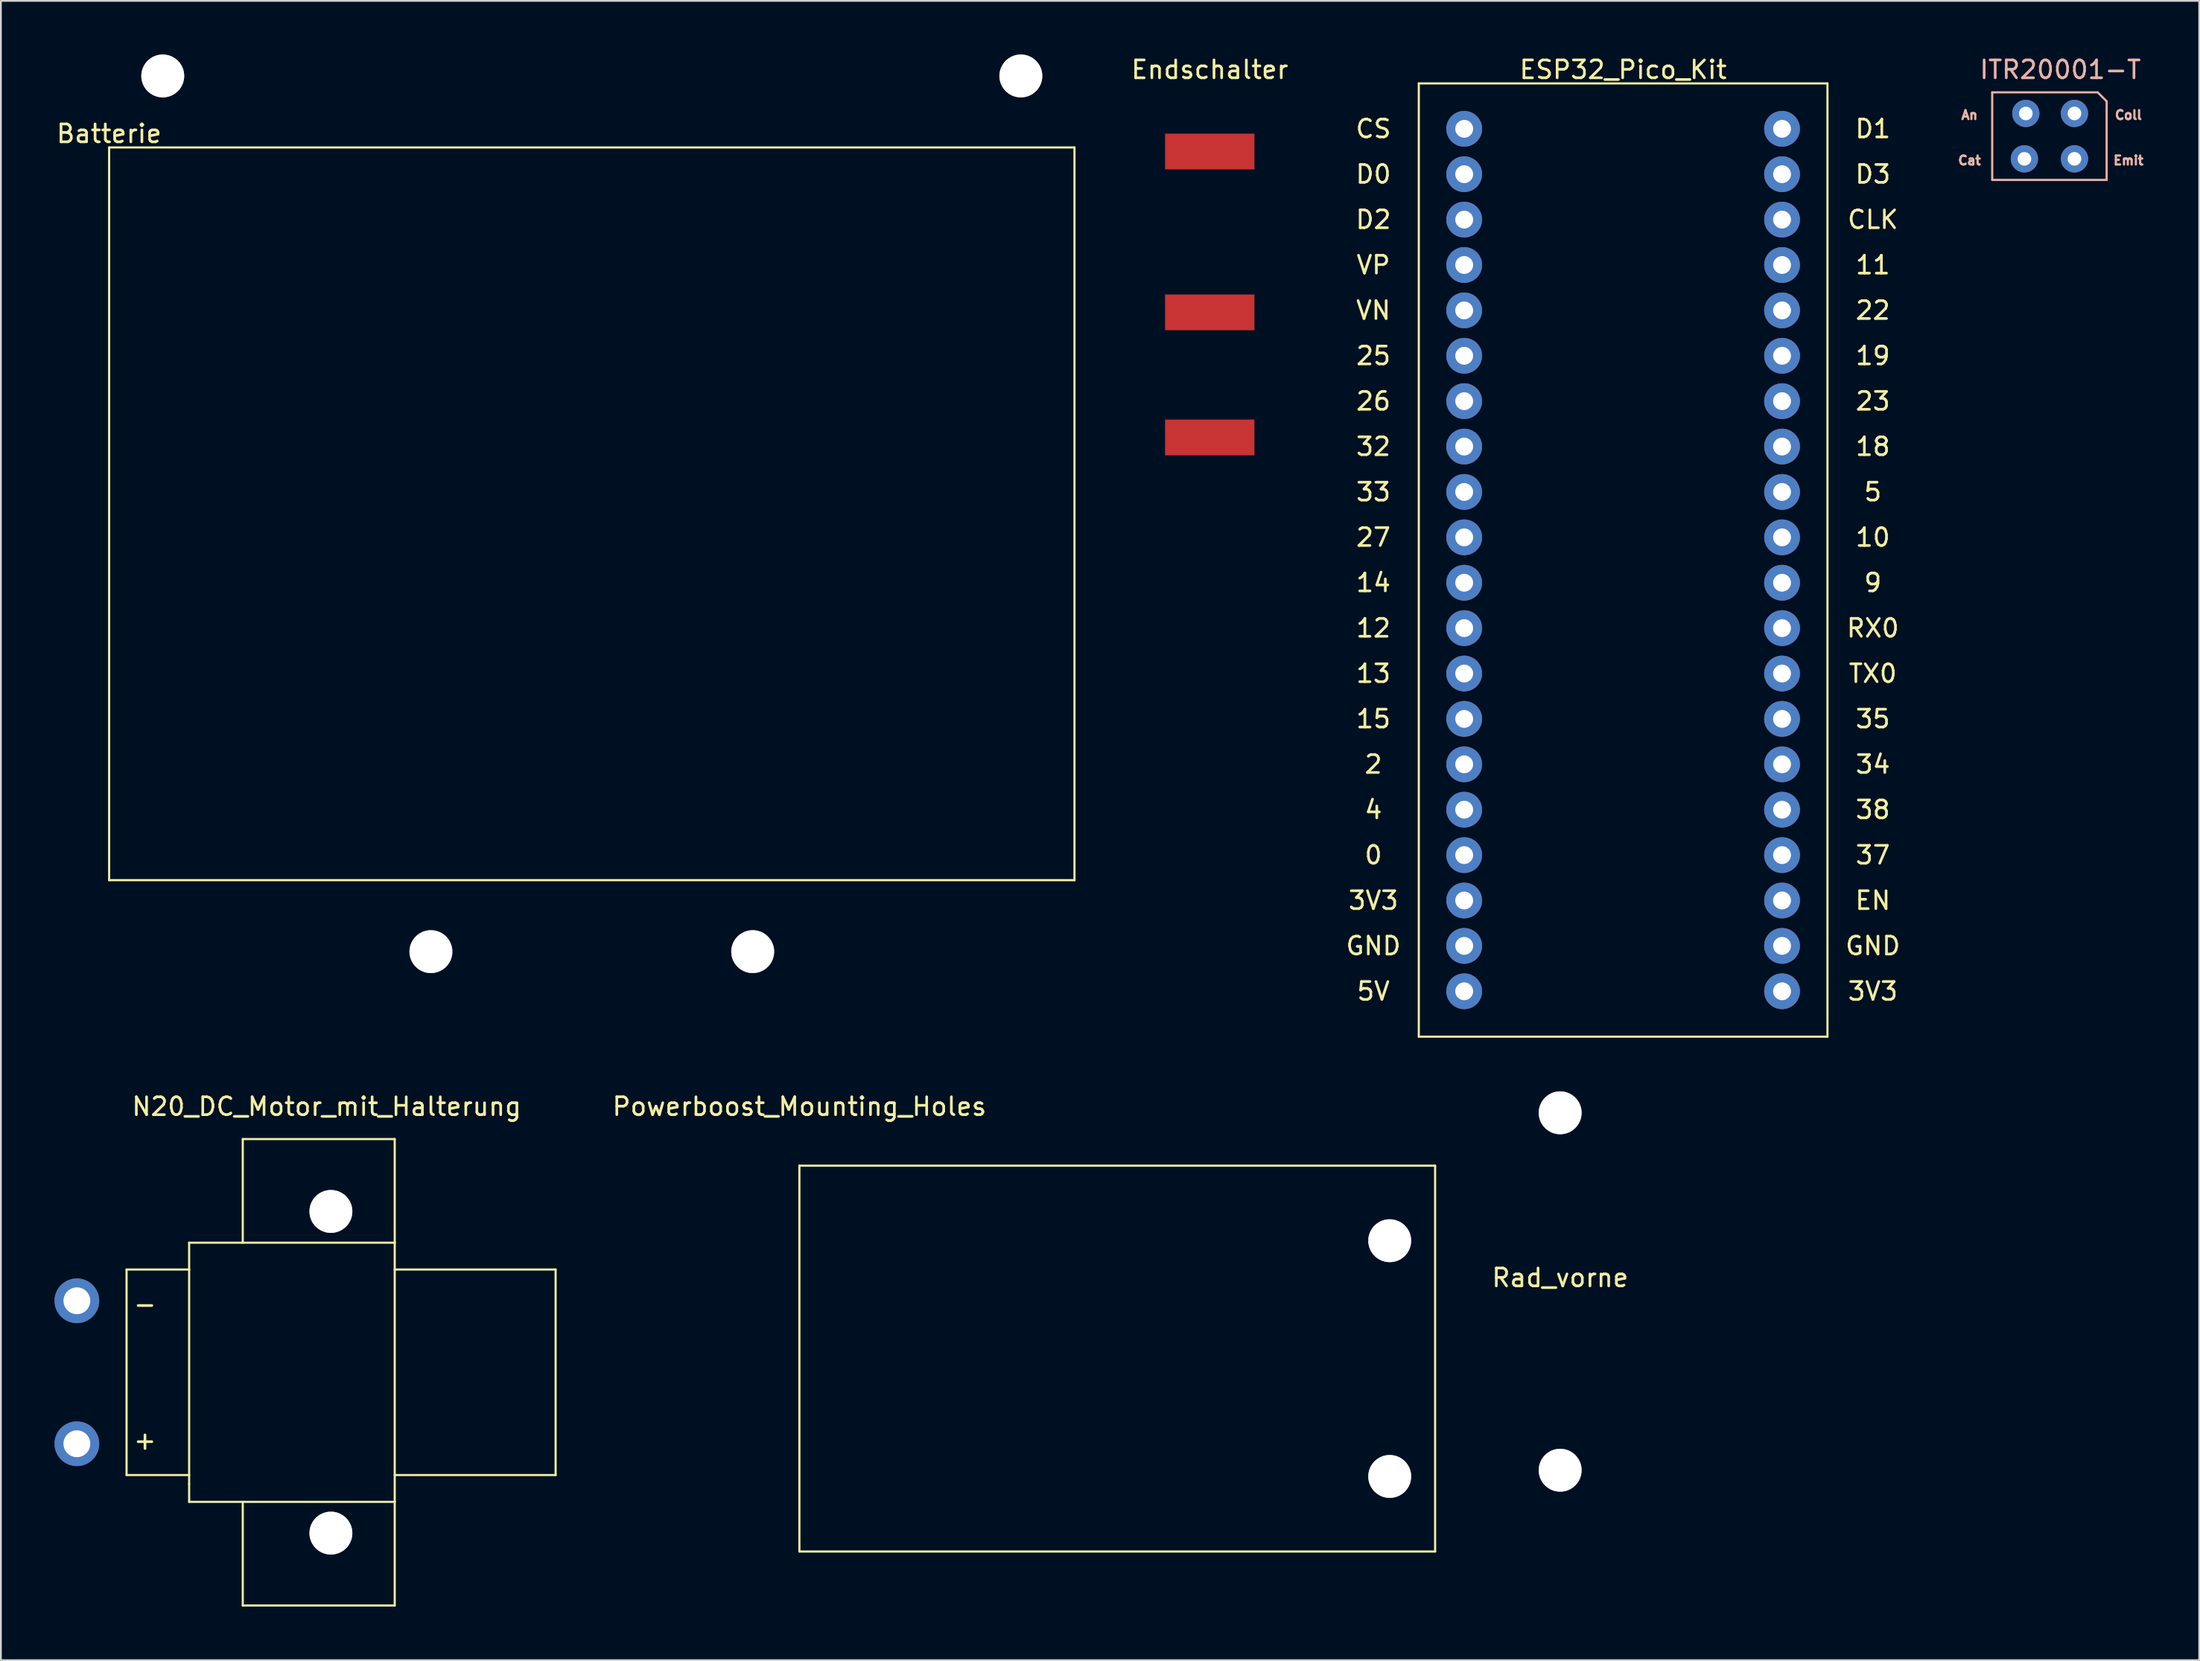
<source format=kicad_pcb>
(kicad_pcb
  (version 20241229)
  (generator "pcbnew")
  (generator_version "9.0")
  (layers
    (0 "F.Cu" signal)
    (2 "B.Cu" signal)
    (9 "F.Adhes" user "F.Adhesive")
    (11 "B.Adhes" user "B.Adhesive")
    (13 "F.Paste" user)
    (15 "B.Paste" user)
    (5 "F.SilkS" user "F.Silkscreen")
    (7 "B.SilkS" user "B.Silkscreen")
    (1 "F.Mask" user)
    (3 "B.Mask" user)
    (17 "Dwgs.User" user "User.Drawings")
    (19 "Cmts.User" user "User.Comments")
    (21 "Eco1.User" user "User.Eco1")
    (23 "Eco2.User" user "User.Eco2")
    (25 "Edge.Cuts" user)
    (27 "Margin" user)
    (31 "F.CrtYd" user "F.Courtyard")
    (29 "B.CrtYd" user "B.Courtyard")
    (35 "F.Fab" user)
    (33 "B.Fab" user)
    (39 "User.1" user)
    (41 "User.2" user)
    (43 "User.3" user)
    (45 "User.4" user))
  (footprint "Endschalter"
    (layer "F.Cu")
    (at 64.62 5.428)
    (property "Reference" "Endschalter" (at 0 -4.58 0) (layer "F.SilkS") (effects (font (size 1 1) (thickness 0.15))))
    (attr through_hole)
    (pad "1" smd rect (at 0 0) (size 5 2) (layers "F.Cu" "F.Mask" "F.Paste"))
    (pad "2" smd rect (at 0 16) (size 5 2) (layers "F.Cu" "F.Mask" "F.Paste"))
    (pad "3" smd rect (at 0 9) (size 5 2) (layers "F.Cu" "F.Mask" "F.Paste")))
  (footprint "Rad_vorne"
    (layer "F.Cu")
    (at 84.222 69.218)
    (property "Reference" "Rad_vorne" (at 0 -0.77 0) (layer "F.SilkS") (effects (font (size 1 1) (thickness 0.15))))
    (attr through_hole)
    (pad "" thru_hole circle (at 0 -10) (size 2.4 2.4) (drill 2.4) (layers "*.Cu" "*.Mask"))
    (pad "" thru_hole circle (at 0 10) (size 2.4 2.4) (drill 2.4) (layers "*.Cu" "*.Mask")))
  (footprint "Powerboost_Mounting_Holes"
    (layer "F.Cu")
    (at 41.667 62.176)
    (property "Reference" "Powerboost_Mounting_Holes" (at 0 -3.31 0) (layer "F.SilkS") (effects (font (size 1 1) (thickness 0.15))))
    (attr through_hole)
    (fp_line (start 0 0) (end 35.56 0) (stroke (width 0.12) (type solid)) (layer "F.SilkS"))
    (fp_line (start 0 21.59) (end 0 0) (stroke (width 0.12) (type solid)) (layer "F.SilkS"))
    (fp_line (start 0 21.59) (end 35.56 21.59) (stroke (width 0.12) (type solid)) (layer "F.SilkS"))
    (fp_line (start 35.56 0) (end 35.56 21.59) (stroke (width 0.12) (type solid)) (layer "F.SilkS"))
    (pad "" thru_hole circle (at 33.02 4.2) (size 2.4 2.4) (drill 2.4) (layers "*.Cu" "*.Mask"))
    (pad "" thru_hole circle (at 33.02 17.39) (size 2.4 2.4) (drill 2.4) (layers "*.Cu" "*.Mask" "F.Paste")))
  (footprint "Batterie"
    (layer "F.Cu")
    (at 3.054 5.2)
    (property "Reference" "Batterie" (at 0 -0.77 0) (layer "F.SilkS") (effects (font (size 1 1) (thickness 0.15))))
    (attr through_hole)
    (fp_line (start 0 0) (end 0 41) (stroke (width 0.12) (type solid)) (layer "F.SilkS"))
    (fp_line (start 0 41) (end 54 41) (stroke (width 0.12) (type solid)) (layer "F.SilkS"))
    (fp_line (start 54 0) (end 0 0) (stroke (width 0.12) (type solid)) (layer "F.SilkS"))
    (fp_line (start 54 41) (end 54 0) (stroke (width 0.12) (type solid)) (layer "F.SilkS"))
    (pad "" thru_hole circle (at 3 -4) (size 2.4 2.4) (drill 2.4) (layers "*.Cu" "*.Mask"))
    (pad "" thru_hole circle (at 18 45) (size 2.4 2.4) (drill 2.4) (layers "*.Cu" "*.Mask"))
    (pad "" thru_hole circle (at 36 45) (size 2.4 2.4) (drill 2.4) (layers "*.Cu" "*.Mask"))
    (pad "" thru_hole circle (at 51 -4) (size 2.4 2.4) (drill 2.4) (layers "*.Cu" "*.Mask")))
  (footprint "ESP32_Pico_Kit"
    (layer "F.Cu")
    (at 73.774 1.618)
    (property "Reference" "ESP32_Pico_Kit" (at 13.97 -0.77 0) (layer "F.SilkS") (effects (font (size 1 1) (thickness 0.15))))
    (attr through_hole)
    (fp_line (start 2.54 0) (end 25.4 0) (stroke (width 0.12) (type solid)) (layer "F.SilkS"))
    (fp_line (start 2.54 53.34) (end 2.54 0) (stroke (width 0.12) (type solid)) (layer "F.SilkS"))
    (fp_line (start 25.4 0) (end 25.4 53.34) (stroke (width 0.12) (type solid)) (layer "F.SilkS"))
    (fp_line (start 25.4 53.34) (end 2.54 53.34) (stroke (width 0.12) (type solid)) (layer "F.SilkS"))
    (fp_text user "13" (at 0 33.02 0) (layer "F.SilkS") (effects (font (size 1 1) (thickness 0.15))))
    (fp_text user "D0" (at 0 5.08 0) (layer "F.SilkS") (effects (font (size 1 1) (thickness 0.15))))
    (fp_text user "EN" (at 27.94 45.72 0) (layer "F.SilkS") (effects (font (size 1 1) (thickness 0.15))))
    (fp_text user "TX0" (at 27.94 33.02 0) (layer "F.SilkS") (effects (font (size 1 1) (thickness 0.15))))
    (fp_text user "CLK" (at 27.94 7.62 0) (layer "F.SilkS") (effects (font (size 1 1) (thickness 0.15))))
    (fp_text user "4" (at 0 40.64 0) (layer "F.SilkS") (effects (font (size 1 1) (thickness 0.15))))
    (fp_text user "18" (at 27.94 20.32 0) (layer "F.SilkS") (effects (font (size 1 1) (thickness 0.15))))
    (fp_text user "RX0" (at 27.94 30.48 0) (layer "F.SilkS") (effects (font (size 1 1) (thickness 0.15))))
    (fp_text user "VN" (at 0 12.7 0) (layer "F.SilkS") (effects (font (size 1 1) (thickness 0.15))))
    (fp_text user "0" (at 0 43.18 0) (layer "F.SilkS") (effects (font (size 1 1) (thickness 0.15))))
    (fp_text user "27" (at 0 25.4 0) (layer "F.SilkS") (effects (font (size 1 1) (thickness 0.15))))
    (fp_text user "3V3" (at 0 45.72 0) (layer "F.SilkS") (effects (font (size 1 1) (thickness 0.15))))
    (fp_text user "2" (at 0 38.1 0) (layer "F.SilkS") (effects (font (size 1 1) (thickness 0.15))))
    (fp_text user "19" (at 27.94 15.24 0) (layer "F.SilkS") (effects (font (size 1 1) (thickness 0.15))))
    (fp_text user "25" (at 0 15.24 0) (layer "F.SilkS") (effects (font (size 1 1) (thickness 0.15))))
    (fp_text user "10" (at 27.94 25.4 0) (layer "F.SilkS") (effects (font (size 1 1) (thickness 0.15))))
    (fp_text user "32" (at 0 20.32 0) (layer "F.SilkS") (effects (font (size 1 1) (thickness 0.15))))
    (fp_text user "22" (at 27.94 12.7 0) (layer "F.SilkS") (effects (font (size 1 1) (thickness 0.15))))
    (fp_text user "5V" (at 0 50.8 0) (layer "F.SilkS") (effects (font (size 1 1) (thickness 0.15))))
    (fp_text user "D3" (at 27.94 5.08 0) (layer "F.SilkS") (effects (font (size 1 1) (thickness 0.15))))
    (fp_text user "15" (at 0 35.56 0) (layer "F.SilkS") (effects (font (size 1 1) (thickness 0.15))))
    (fp_text user "GND" (at 27.94 48.26 0) (layer "F.SilkS") (effects (font (size 1 1) (thickness 0.15))))
    (fp_text user "D2" (at 0 7.62 0) (layer "F.SilkS") (effects (font (size 1 1) (thickness 0.15))))
    (fp_text user "26" (at 0 17.78 0) (layer "F.SilkS") (effects (font (size 1 1) (thickness 0.15))))
    (fp_text user "GND" (at 0 48.26 0) (layer "F.SilkS") (effects (font (size 1 1) (thickness 0.15))))
    (fp_text user "11" (at 27.94 10.16 0) (layer "F.SilkS") (effects (font (size 1 1) (thickness 0.15))))
    (fp_text user "VP" (at 0 10.16 0) (layer "F.SilkS") (effects (font (size 1 1) (thickness 0.15))))
    (fp_text user "38" (at 27.94 40.64 0) (layer "F.SilkS") (effects (font (size 1 1) (thickness 0.15))))
    (fp_text user "33" (at 0 22.86 0) (layer "F.SilkS") (effects (font (size 1 1) (thickness 0.15))))
    (fp_text user "37" (at 27.94 43.18 0) (layer "F.SilkS") (effects (font (size 1 1) (thickness 0.15))))
    (fp_text user "23" (at 27.94 17.78 0) (layer "F.SilkS") (effects (font (size 1 1) (thickness 0.15))))
    (fp_text user "12" (at 0 30.48 0) (layer "F.SilkS") (effects (font (size 1 1) (thickness 0.15))))
    (fp_text user "34" (at 27.94 38.1 0) (layer "F.SilkS") (effects (font (size 1 1) (thickness 0.15))))
    (fp_text user "35" (at 27.94 35.56 0) (layer "F.SilkS") (effects (font (size 1 1) (thickness 0.15))))
    (fp_text user "14" (at 0 27.94 0) (layer "F.SilkS") (effects (font (size 1 1) (thickness 0.15))))
    (fp_text user "D1" (at 27.94 2.54 0) (layer "F.SilkS") (effects (font (size 1 1) (thickness 0.15))))
    (fp_text user "CS" (at 0 2.54 0) (layer "F.SilkS") (effects (font (size 1 1) (thickness 0.15))))
    (fp_text user "9" (at 27.94 27.94 0) (layer "F.SilkS") (effects (font (size 1 1) (thickness 0.15))))
    (fp_text user "3V3" (at 27.94 50.8 0) (layer "F.SilkS") (effects (font (size 1 1) (thickness 0.15))))
    (fp_text user "5" (at 27.94 22.86 0) (layer "F.SilkS") (effects (font (size 1 1) (thickness 0.15))))
    (pad "1" thru_hole circle (at 5.08 2.54) (size 2 2) (drill 1) (layers "*.Cu" "*.Mask"))
    (pad "2" thru_hole circle (at 5.08 5.08) (size 2 2) (drill 1) (layers "*.Cu" "*.Mask"))
    (pad "3" thru_hole circle (at 5.08 7.62) (size 2 2) (drill 1) (layers "*.Cu" "*.Mask"))
    (pad "4" thru_hole circle (at 5.08 10.16) (size 2 2) (drill 1) (layers "*.Cu" "*.Mask"))
    (pad "5" thru_hole circle (at 5.08 12.7) (size 2 2) (drill 1) (layers "*.Cu" "*.Mask"))
    (pad "6" thru_hole circle (at 5.08 15.24) (size 2 2) (drill 1) (layers "*.Cu" "*.Mask"))
    (pad "7" thru_hole circle (at 5.08 17.78) (size 2 2) (drill 1) (layers "*.Cu" "*.Mask"))
    (pad "8" thru_hole circle (at 5.08 20.32) (size 2 2) (drill 1) (layers "*.Cu" "*.Mask"))
    (pad "9" thru_hole circle (at 5.08 22.86) (size 2 2) (drill 1) (layers "*.Cu" "*.Mask"))
    (pad "10" thru_hole circle (at 5.08 25.4) (size 2 2) (drill 1) (layers "*.Cu" "*.Mask"))
    (pad "11" thru_hole circle (at 5.08 27.94) (size 2 2) (drill 1) (layers "*.Cu" "*.Mask"))
    (pad "12" thru_hole circle (at 5.08 30.48) (size 2 2) (drill 1) (layers "*.Cu" "*.Mask"))
    (pad "13" thru_hole circle (at 5.08 33.02) (size 2 2) (drill 1) (layers "*.Cu" "*.Mask"))
    (pad "14" thru_hole circle (at 5.08 35.56) (size 2 2) (drill 1) (layers "*.Cu" "*.Mask"))
    (pad "15" thru_hole circle (at 5.08 38.1) (size 2 2) (drill 1) (layers "*.Cu" "*.Mask"))
    (pad "16" thru_hole circle (at 5.08 40.64) (size 2 2) (drill 1) (layers "*.Cu" "*.Mask"))
    (pad "17" thru_hole circle (at 5.08 43.18) (size 2 2) (drill 1) (layers "*.Cu" "*.Mask"))
    (pad "18" thru_hole circle (at 5.08 45.72) (size 2 2) (drill 1) (layers "*.Cu" "*.Mask"))
    (pad "19" thru_hole circle (at 5.08 48.26) (size 2 2) (drill 1) (layers "*.Cu" "*.Mask"))
    (pad "20" thru_hole circle (at 5.08 50.8) (size 2 2) (drill 1) (layers "*.Cu" "*.Mask"))
    (pad "21" thru_hole circle (at 22.86 50.8) (size 2 2) (drill 1) (layers "*.Cu" "*.Mask"))
    (pad "22" thru_hole circle (at 22.86 48.26) (size 2 2) (drill 1) (layers "*.Cu" "*.Mask"))
    (pad "23" thru_hole circle (at 22.86 45.72) (size 2 2) (drill 1) (layers "*.Cu" "*.Mask"))
    (pad "24" thru_hole circle (at 22.86 43.18) (size 2 2) (drill 1) (layers "*.Cu" "*.Mask"))
    (pad "25" thru_hole circle (at 22.86 40.64) (size 2 2) (drill 1) (layers "*.Cu" "*.Mask"))
    (pad "26" thru_hole circle (at 22.86 38.1) (size 2 2) (drill 1) (layers "*.Cu" "*.Mask"))
    (pad "27" thru_hole circle (at 22.86 35.56) (size 2 2) (drill 1) (layers "*.Cu" "*.Mask"))
    (pad "28" thru_hole circle (at 22.86 33.02) (size 2 2) (drill 1) (layers "*.Cu" "*.Mask"))
    (pad "29" thru_hole circle (at 22.86 30.48) (size 2 2) (drill 1) (layers "*.Cu" "*.Mask"))
    (pad "30" thru_hole circle (at 22.86 27.94) (size 2 2) (drill 1) (layers "*.Cu" "*.Mask"))
    (pad "31" thru_hole circle (at 22.86 25.4) (size 2 2) (drill 1) (layers "*.Cu" "*.Mask"))
    (pad "32" thru_hole circle (at 22.86 22.86) (size 2 2) (drill 1) (layers "*.Cu" "*.Mask"))
    (pad "33" thru_hole circle (at 22.86 20.32) (size 2 2) (drill 1) (layers "*.Cu" "*.Mask"))
    (pad "34" thru_hole circle (at 22.86 17.78) (size 2 2) (drill 1) (layers "*.Cu" "*.Mask"))
    (pad "35" thru_hole circle (at 22.86 15.24) (size 2 2) (drill 1) (layers "*.Cu" "*.Mask"))
    (pad "36" thru_hole circle (at 22.86 12.7) (size 2 2) (drill 1) (layers "*.Cu" "*.Mask"))
    (pad "37" thru_hole circle (at 22.86 10.16) (size 2 2) (drill 1) (layers "*.Cu" "*.Mask"))
    (pad "38" thru_hole circle (at 22.86 7.62) (size 2 2) (drill 1) (layers "*.Cu" "*.Mask"))
    (pad "39" thru_hole circle (at 22.86 5.08) (size 2 2) (drill 1) (layers "*.Cu" "*.Mask"))
    (pad "40" thru_hole circle (at 22.86 2.54) (size 2 2) (drill 1) (layers "*.Cu" "*.Mask")))
  (footprint "ITR20001-T"
    (layer "F.Cu")
    (at 108.39 2.118)
    (property "Reference" "ITR20001-T" (at 3.81 -1.27 0) (layer "B.SilkS") (effects (font (size 1 1) (thickness 0.15))))
    (attr through_hole)
    (fp_line (start 0 0) (end 5.9 0) (stroke (width 0.12) (type solid)) (layer "B.SilkS"))
    (fp_line (start 0 4.9) (end 0 0) (stroke (width 0.12) (type solid)) (layer "B.SilkS"))
    (fp_line (start 5.9 0) (end 6.4 0.5) (stroke (width 0.12) (type solid)) (layer "B.SilkS"))
    (fp_line (start 6.4 0.5) (end 6.4 4.9) (stroke (width 0.12) (type solid)) (layer "B.SilkS"))
    (fp_line (start 6.4 4.9) (end 0 4.9) (stroke (width 0.12) (type solid)) (layer "B.SilkS"))
    (fp_text user "Cat" (at -1.27 3.81 0) (layer "B.SilkS") (effects (font (size 0.5 0.5) (thickness 0.125))))
    (fp_text user "An" (at -1.27 1.27 0) (layer "B.SilkS") (effects (font (size 0.5 0.5) (thickness 0.125))))
    (fp_text user "Coll" (at 7.62 1.27 0) (layer "B.SilkS") (effects (font (size 0.5 0.5) (thickness 0.125))))
    (fp_text user "Emit" (at 7.62 3.81 0) (layer "B.SilkS") (effects (font (size 0.5 0.5) (thickness 0.125))))
    (pad "1" thru_hole circle (at 1.8 3.72) (size 1.524 1.524) (drill 0.762) (layers "*.Cu" "*.Mask"))
    (pad "2" thru_hole circle (at 1.88 1.18) (size 1.524 1.524) (drill 0.762) (layers "*.Cu" "*.Mask"))
    (pad "3" thru_hole circle (at 4.6 1.18) (size 1.524 1.524) (drill 0.762) (layers "*.Cu" "*.Mask"))
    (pad "4" thru_hole circle (at 4.6 3.72) (size 1.524 1.524) (drill 0.762) (layers "*.Cu" "*.Mask")))
  (footprint "N20_DC_Motor_mit_Halterung"
    (layer "F.Cu")
    (at 4.03 67.987)
    (property "Reference" "N20_DC_Motor_mit_Halterung" (at 11.19 -9.12 0) (layer "F.SilkS") (effects (font (size 1 1) (thickness 0.15))))
    (attr through_hole)
    (fp_line (start 0 0) (end 0 11.5) (stroke (width 0.12) (type solid)) (layer "F.SilkS"))
    (fp_line (start 0 0) (end 3.5 0) (stroke (width 0.12) (type solid)) (layer "F.SilkS"))
    (fp_line (start 0 11.5) (end 3.5 11.5) (stroke (width 0.12) (type solid)) (layer "F.SilkS"))
    (fp_line (start 3.5 -1.5) (end 15 -1.5) (stroke (width 0.12) (type solid)) (layer "F.SilkS"))
    (fp_line (start 3.5 0) (end 3.5 -1.5) (stroke (width 0.12) (type solid)) (layer "F.SilkS"))
    (fp_line (start 3.5 0) (end 3.5 12) (stroke (width 0.12) (type solid)) (layer "F.SilkS"))
    (fp_line (start 3.5 13) (end 3.5 12) (stroke (width 0.12) (type solid)) (layer "F.SilkS"))
    (fp_line (start 6.5 -7.3) (end 6.5 -1.5) (stroke (width 0.12) (type solid)) (layer "F.SilkS"))
    (fp_line (start 6.5 18.8) (end 6.5 13) (stroke (width 0.12) (type solid)) (layer "F.SilkS"))
    (fp_line (start 15 -7.3) (end 6.5 -7.3) (stroke (width 0.12) (type solid)) (layer "F.SilkS"))
    (fp_line (start 15 -1.5) (end 15 -7.3) (stroke (width 0.12) (type solid)) (layer "F.SilkS"))
    (fp_line (start 15 -1.5) (end 15 13) (stroke (width 0.12) (type solid)) (layer "F.SilkS"))
    (fp_line (start 15 0) (end 24 0) (stroke (width 0.12) (type solid)) (layer "F.SilkS"))
    (fp_line (start 15 13) (end 3.5 13) (stroke (width 0.12) (type solid)) (layer "F.SilkS"))
    (fp_line (start 15 18.8) (end 6.5 18.8) (stroke (width 0.12) (type solid)) (layer "F.SilkS"))
    (fp_line (start 15 18.8) (end 15 13) (stroke (width 0.12) (type solid)) (layer "F.SilkS"))
    (fp_line (start 24 0) (end 24 11.5) (stroke (width 0.12) (type solid)) (layer "F.SilkS"))
    (fp_line (start 24 11.5) (end 15 11.5) (stroke (width 0.12) (type solid)) (layer "F.SilkS"))
    (fp_text user "+" (at 1.03 9.56 0) (layer "F.SilkS") (effects (font (size 1 1) (thickness 0.15))))
    (fp_text user "-" (at 1.03 1.94 0) (layer "F.SilkS") (effects (font (size 1 1) (thickness 0.15))))
    (pad "" thru_hole circle (at 11.43 -3.25) (size 2.4 2.4) (drill 2.4) (layers "*.Cu" "*.Mask"))
    (pad "" thru_hole circle (at 11.43 14.75) (size 2.4 2.4) (drill 2.4) (layers "*.Cu" "*.Mask"))
    (pad "1" thru_hole circle (at -2.78 9.75) (size 2.5 2.5) (drill 1.5) (layers "*.Cu" "*.Mask"))
    (pad "2" thru_hole circle (at -2.78 1.75) (size 2.5 2.5) (drill 1.5) (layers "*.Cu" "*.Mask")))
  (gr_rect
    (start -3 -3)
    (end 119.969 89.847)
    (stroke (width 0.1) (type default))
    (fill no)
    (layer "Edge.Cuts")))
</source>
